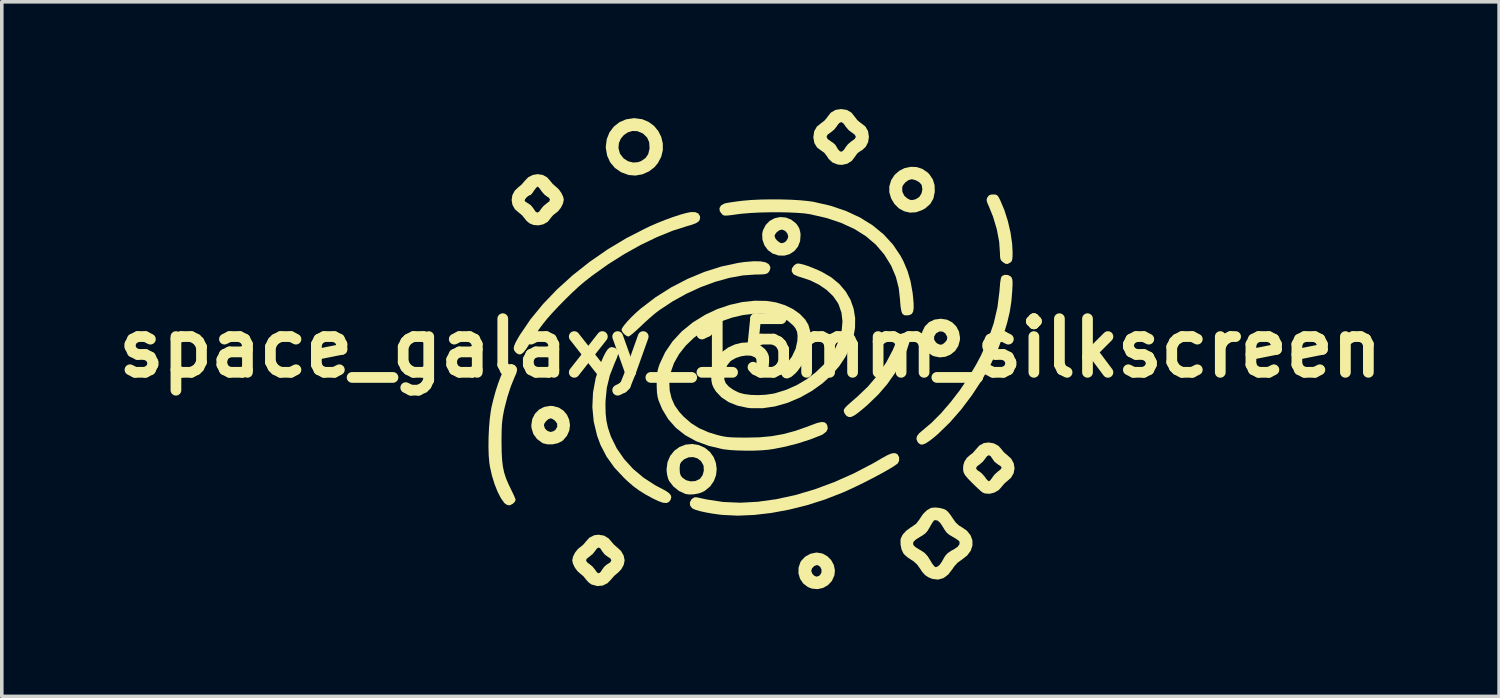
<source format=kicad_pcb>
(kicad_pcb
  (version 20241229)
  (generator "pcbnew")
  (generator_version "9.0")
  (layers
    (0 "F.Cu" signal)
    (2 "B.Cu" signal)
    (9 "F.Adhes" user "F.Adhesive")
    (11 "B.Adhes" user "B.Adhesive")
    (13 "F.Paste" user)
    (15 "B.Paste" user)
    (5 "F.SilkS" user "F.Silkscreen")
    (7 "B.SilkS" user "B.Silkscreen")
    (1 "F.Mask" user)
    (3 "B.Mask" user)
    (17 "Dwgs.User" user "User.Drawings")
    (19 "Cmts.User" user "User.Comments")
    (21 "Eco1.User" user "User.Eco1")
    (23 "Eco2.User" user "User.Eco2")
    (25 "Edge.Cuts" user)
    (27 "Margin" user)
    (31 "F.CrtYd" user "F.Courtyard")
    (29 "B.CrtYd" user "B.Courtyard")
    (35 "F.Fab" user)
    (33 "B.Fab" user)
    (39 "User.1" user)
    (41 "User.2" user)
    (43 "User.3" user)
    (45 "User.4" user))
  (footprint "space_galaxy_15mm_silkscreen"
    (layer "F.Cu")
    (at 17.943 6.687)
    (property "Reference" "space_galaxy_15mm_silkscreen" (at 0 0 0) (layer "F.SilkS") (effects (font (size 1.5 1.5) (thickness 0.3))))
    (attr board_only exclude_from_pos_files exclude_from_bom)
    (fp_poly (pts (xy 6.857 -4.294) (xy 6.9 -4.276) (xy 6.937 -4.231) (xy 6.982 -4.146) (xy 6.987 -4.136) (xy 7.104 -3.858) (xy 7.202 -3.549) (xy 7.276 -3.228) (xy 7.321 -2.916) (xy 7.333 -2.682) (xy 7.331 -2.559) (xy 7.324 -2.482) (xy 7.309 -2.434) (xy 7.282 -2.403) (xy 7.267 -2.392) (xy 7.197 -2.354) (xy 7.138 -2.356) (xy 7.066 -2.401) (xy 7.058 -2.407) (xy 7.013 -2.45) (xy 6.99 -2.5) (xy 6.981 -2.579) (xy 6.981 -2.64) (xy 6.958 -2.971) (xy 6.892 -3.321) (xy 6.787 -3.673) (xy 6.679 -3.941) (xy 6.633 -4.045) (xy 6.61 -4.113) (xy 6.607 -4.16) (xy 6.622 -4.202) (xy 6.631 -4.219) (xy 6.673 -4.272) (xy 6.733 -4.294) (xy 6.791 -4.297)) (stroke (width 0) (type solid)) (fill yes) (layer "F.SilkS"))
    (fp_poly (pts (xy 4.377 -0.394) (xy 4.433 -0.344) (xy 4.453 -0.257) (xy 4.437 -0.133) (xy 4.383 0.033) (xy 4.293 0.24) (xy 4.237 0.354) (xy 4.046 0.696) (xy 3.828 1.007) (xy 3.576 1.3) (xy 3.279 1.586) (xy 3.141 1.705) (xy 3.003 1.816) (xy 2.898 1.889) (xy 2.818 1.926) (xy 2.755 1.93) (xy 2.701 1.905) (xy 2.669 1.877) (xy 2.625 1.813) (xy 2.61 1.758) (xy 2.614 1.728) (xy 2.629 1.696) (xy 2.661 1.655) (xy 2.717 1.599) (xy 2.803 1.522) (xy 2.925 1.416) (xy 2.984 1.365) (xy 3.288 1.075) (xy 3.561 0.751) (xy 3.796 0.406) (xy 3.983 0.051) (xy 4.032 -0.065) (xy 4.09 -0.208) (xy 4.134 -0.305) (xy 4.171 -0.365) (xy 4.206 -0.397) (xy 4.246 -0.409) (xy 4.284 -0.411)) (stroke (width 0) (type solid)) (fill yes) (layer "F.SilkS"))
    (fp_poly (pts (xy 2.011 5.746) (xy 2.147 5.82) (xy 2.257 5.929) (xy 2.332 6.066) (xy 2.363 6.217) (xy 2.348 6.358) (xy 2.28 6.511) (xy 2.172 6.629) (xy 2.035 6.708) (xy 1.882 6.743) (xy 1.722 6.73) (xy 1.606 6.685) (xy 1.477 6.587) (xy 1.388 6.455) (xy 1.343 6.304) (xy 1.344 6.228) (xy 1.701 6.228) (xy 1.724 6.303) (xy 1.779 6.365) (xy 1.846 6.394) (xy 1.85 6.394) (xy 1.913 6.374) (xy 1.948 6.348) (xy 1.987 6.276) (xy 1.987 6.194) (xy 1.952 6.121) (xy 1.891 6.077) (xy 1.855 6.071) (xy 1.786 6.096) (xy 1.727 6.155) (xy 1.701 6.226) (xy 1.701 6.228) (xy 1.344 6.228) (xy 1.345 6.145) (xy 1.396 5.992) (xy 1.42 5.952) (xy 1.531 5.835) (xy 1.675 5.755) (xy 1.836 5.721) (xy 1.856 5.72)) (stroke (width 0) (type solid)) (fill yes) (layer "F.SilkS"))
    (fp_poly (pts (xy 5.496 -0.795) (xy 5.643 -0.72) (xy 5.758 -0.606) (xy 5.833 -0.461) (xy 5.862 -0.293) (xy 5.858 -0.216) (xy 5.813 -0.055) (xy 5.724 0.08) (xy 5.6 0.181) (xy 5.453 0.243) (xy 5.292 0.261) (xy 5.129 0.227) (xy 5.104 0.218) (xy 4.955 0.123) (xy 4.849 -0.008) (xy 4.791 -0.169) (xy 4.781 -0.276) (xy 4.788 -0.323) (xy 5.138 -0.323) (xy 5.139 -0.233) (xy 5.192 -0.154) (xy 5.235 -0.123) (xy 5.311 -0.093) (xy 5.375 -0.106) (xy 5.445 -0.163) (xy 5.496 -0.23) (xy 5.505 -0.295) (xy 5.501 -0.317) (xy 5.454 -0.409) (xy 5.379 -0.46) (xy 5.29 -0.466) (xy 5.203 -0.421) (xy 5.191 -0.411) (xy 5.138 -0.323) (xy 4.788 -0.323) (xy 4.806 -0.457) (xy 4.879 -0.608) (xy 4.994 -0.723) (xy 5.144 -0.796) (xy 5.324 -0.821)) (stroke (width 0) (type solid)) (fill yes) (layer "F.SilkS"))
    (fp_poly (pts (xy 0.985 -3.653) (xy 1.135 -3.596) (xy 1.268 -3.493) (xy 1.309 -3.444) (xy 1.366 -3.348) (xy 1.395 -3.235) (xy 1.402 -3.17) (xy 1.389 -2.992) (xy 1.33 -2.839) (xy 1.231 -2.717) (xy 1.103 -2.631) (xy 0.952 -2.586) (xy 0.788 -2.589) (xy 0.621 -2.644) (xy 0.488 -2.741) (xy 0.391 -2.874) (xy 0.336 -3.029) (xy 0.331 -3.132) (xy 0.675 -3.132) (xy 0.698 -3.066) (xy 0.756 -2.998) (xy 0.827 -2.947) (xy 0.879 -2.933) (xy 0.944 -2.953) (xy 0.997 -2.992) (xy 1.042 -3.062) (xy 1.056 -3.124) (xy 1.031 -3.208) (xy 0.97 -3.278) (xy 0.891 -3.313) (xy 0.874 -3.314) (xy 0.801 -3.292) (xy 0.731 -3.237) (xy 0.683 -3.17) (xy 0.675 -3.132) (xy 0.331 -3.132) (xy 0.328 -3.194) (xy 0.35 -3.294) (xy 0.428 -3.446) (xy 0.54 -3.56) (xy 0.678 -3.633) (xy 0.829 -3.665)) (stroke (width 0) (type solid)) (fill yes) (layer "F.SilkS"))
    (fp_poly (pts (xy -5.525 1.621) (xy -5.361 1.665) (xy -5.23 1.75) (xy -5.132 1.867) (xy -5.071 2.005) (xy -5.048 2.155) (xy -5.068 2.308) (xy -5.132 2.452) (xy -5.242 2.58) (xy -5.268 2.6) (xy -5.384 2.66) (xy -5.527 2.692) (xy -5.673 2.694) (xy -5.799 2.665) (xy -5.822 2.654) (xy -5.972 2.543) (xy -6.074 2.402) (xy -6.125 2.235) (xy -6.13 2.158) (xy -5.778 2.158) (xy -5.752 2.244) (xy -5.687 2.313) (xy -5.601 2.346) (xy -5.587 2.346) (xy -5.512 2.326) (xy -5.455 2.288) (xy -5.404 2.202) (xy -5.408 2.113) (xy -5.467 2.032) (xy -5.474 2.026) (xy -5.537 1.984) (xy -5.586 1.965) (xy -5.587 1.965) (xy -5.653 1.989) (xy -5.72 2.046) (xy -5.767 2.115) (xy -5.778 2.158) (xy -6.13 2.158) (xy -6.13 2.156) (xy -6.103 1.984) (xy -6.029 1.837) (xy -5.915 1.722) (xy -5.77 1.646) (xy -5.602 1.617)) (stroke (width 0) (type solid)) (fill yes) (layer "F.SilkS"))
    (fp_poly (pts (xy 7.194 -2.046) (xy 7.274 -2.009) (xy 7.288 -1.995) (xy 7.311 -1.963) (xy 7.325 -1.92) (xy 7.332 -1.856) (xy 7.331 -1.757) (xy 7.324 -1.612) (xy 7.324 -1.606) (xy 7.299 -1.303) (xy 7.254 -1.016) (xy 7.185 -0.723) (xy 7.096 -0.425) (xy 6.932 0.011) (xy 6.722 0.454) (xy 6.475 0.893) (xy 6.197 1.317) (xy 5.895 1.718) (xy 5.576 2.083) (xy 5.247 2.402) (xy 5.163 2.475) (xy 5.018 2.59) (xy 4.906 2.664) (xy 4.819 2.699) (xy 4.753 2.695) (xy 4.699 2.656) (xy 4.676 2.625) (xy 4.643 2.545) (xy 4.656 2.467) (xy 4.719 2.384) (xy 4.815 2.302) (xy 5.072 2.084) (xy 5.336 1.818) (xy 5.599 1.513) (xy 5.855 1.181) (xy 6.094 0.828) (xy 6.311 0.466) (xy 6.449 0.205) (xy 6.654 -0.254) (xy 6.807 -0.701) (xy 6.91 -1.146) (xy 6.967 -1.599) (xy 6.971 -1.658) (xy 6.986 -1.834) (xy 7.005 -1.951) (xy 7.03 -2.01) (xy 7.031 -2.012) (xy 7.104 -2.048)) (stroke (width 0) (type solid)) (fill yes) (layer "F.SilkS"))
    (fp_poly (pts (xy 0.272 -2.427) (xy 0.415 -2.402) (xy 0.507 -2.353) (xy 0.552 -2.281) (xy 0.557 -2.239) (xy 0.537 -2.166) (xy 0.501 -2.114) (xy 0.467 -2.088) (xy 0.42 -2.072) (xy 0.346 -2.062) (xy 0.234 -2.058) (xy 0.138 -2.057) (xy -0.217 -2.032) (xy -0.597 -1.962) (xy -0.991 -1.852) (xy -1.392 -1.704) (xy -1.789 -1.521) (xy -2.173 -1.309) (xy -2.535 -1.07) (xy -2.62 -1.007) (xy -2.713 -0.932) (xy -2.832 -0.829) (xy -2.962 -0.711) (xy -3.083 -0.596) (xy -3.191 -0.495) (xy -3.287 -0.411) (xy -3.363 -0.351) (xy -3.409 -0.324) (xy -3.414 -0.323) (xy -3.468 -0.342) (xy -3.531 -0.39) (xy -3.536 -0.395) (xy -3.585 -0.455) (xy -3.607 -0.505) (xy -3.608 -0.509) (xy -3.586 -0.563) (xy -3.527 -0.647) (xy -3.438 -0.752) (xy -3.325 -0.87) (xy -3.197 -0.993) (xy -3.067 -1.107) (xy -2.66 -1.418) (xy -2.222 -1.695) (xy -1.762 -1.934) (xy -1.289 -2.131) (xy -0.812 -2.282) (xy -0.341 -2.383) (xy -0.167 -2.408) (xy 0.079 -2.428)) (stroke (width 0) (type solid)) (fill yes) (layer "F.SilkS"))
    (fp_poly (pts (xy 4.642 -5.065) (xy 4.804 -5.014) (xy 4.952 -4.916) (xy 5.005 -4.861) (xy 5.102 -4.718) (xy 5.151 -4.558) (xy 5.156 -4.368) (xy 5.156 -4.367) (xy 5.118 -4.184) (xy 5.032 -4.034) (xy 4.895 -3.912) (xy 4.812 -3.864) (xy 4.634 -3.799) (xy 4.461 -3.789) (xy 4.3 -3.827) (xy 4.151 -3.909) (xy 4.027 -4.033) (xy 3.936 -4.186) (xy 3.885 -4.354) (xy 3.884 -4.498) (xy 4.245 -4.498) (xy 4.249 -4.374) (xy 4.303 -4.262) (xy 4.381 -4.192) (xy 4.457 -4.15) (xy 4.516 -4.139) (xy 4.588 -4.154) (xy 4.631 -4.168) (xy 4.723 -4.228) (xy 4.785 -4.325) (xy 4.81 -4.438) (xy 4.792 -4.551) (xy 4.78 -4.577) (xy 4.72 -4.641) (xy 4.627 -4.694) (xy 4.528 -4.721) (xy 4.506 -4.722) (xy 4.421 -4.698) (xy 4.335 -4.637) (xy 4.269 -4.557) (xy 4.245 -4.498) (xy 3.884 -4.498) (xy 3.884 -4.522) (xy 3.884 -4.524) (xy 3.938 -4.7) (xy 4.034 -4.846) (xy 4.161 -4.958) (xy 4.311 -5.034) (xy 4.475 -5.07)) (stroke (width 0) (type solid)) (fill yes) (layer "F.SilkS"))
    (fp_poly (pts (xy 4.096 2.96) (xy 4.119 2.979) (xy 4.158 3.053) (xy 4.16 3.143) (xy 4.126 3.22) (xy 4.114 3.232) (xy 4.035 3.29) (xy 3.913 3.366) (xy 3.754 3.458) (xy 3.569 3.559) (xy 3.365 3.666) (xy 3.153 3.774) (xy 2.94 3.878) (xy 2.736 3.973) (xy 2.566 4.048) (xy 2.08 4.237) (xy 1.582 4.395) (xy 1.082 4.52) (xy 0.587 4.612) (xy 0.108 4.668) (xy -0.348 4.688) (xy -0.772 4.668) (xy -0.836 4.662) (xy -1.041 4.634) (xy -1.231 4.601) (xy -1.397 4.565) (xy -1.527 4.528) (xy -1.613 4.492) (xy -1.629 4.482) (xy -1.689 4.403) (xy -1.695 4.314) (xy -1.646 4.227) (xy -1.639 4.221) (xy -1.566 4.175) (xy -1.5 4.175) (xy -1.433 4.19) (xy -1.33 4.212) (xy -1.214 4.237) (xy -1.211 4.237) (xy -0.764 4.305) (xy -0.289 4.326) (xy 0.209 4.299) (xy 0.726 4.227) (xy 1.258 4.111) (xy 1.799 3.951) (xy 2.346 3.748) (xy 2.893 3.505) (xy 3.436 3.221) (xy 3.685 3.076) (xy 3.834 2.994) (xy 3.947 2.948) (xy 4.032 2.937)) (stroke (width 0) (type solid)) (fill yes) (layer "F.SilkS"))
    (fp_poly (pts (xy -3.028 -6.402) (xy -2.848 -6.327) (xy -2.696 -6.214) (xy -2.578 -6.071) (xy -2.495 -5.905) (xy -2.452 -5.725) (xy -2.451 -5.538) (xy -2.495 -5.353) (xy -2.588 -5.176) (xy -2.685 -5.06) (xy -2.842 -4.94) (xy -3.025 -4.86) (xy -3.219 -4.826) (xy -3.407 -4.841) (xy -3.41 -4.842) (xy -3.618 -4.919) (xy -3.791 -5.038) (xy -3.923 -5.195) (xy -4.009 -5.382) (xy -4.046 -5.594) (xy -4.046 -5.597) (xy -3.692 -5.597) (xy -3.656 -5.455) (xy -3.641 -5.426) (xy -3.549 -5.307) (xy -3.424 -5.227) (xy -3.283 -5.19) (xy -3.139 -5.201) (xy -3.056 -5.233) (xy -2.933 -5.318) (xy -2.859 -5.427) (xy -2.825 -5.571) (xy -2.823 -5.595) (xy -2.833 -5.758) (xy -2.89 -5.888) (xy -2.996 -5.992) (xy -3.028 -6.013) (xy -3.166 -6.068) (xy -3.303 -6.073) (xy -3.431 -6.034) (xy -3.542 -5.959) (xy -3.627 -5.857) (xy -3.68 -5.733) (xy -3.692 -5.597) (xy -4.046 -5.597) (xy -4.047 -5.631) (xy -4.02 -5.844) (xy -3.944 -6.034) (xy -3.824 -6.193) (xy -3.668 -6.317) (xy -3.481 -6.398) (xy -3.271 -6.43) (xy -3.236 -6.43)) (stroke (width 0) (type solid)) (fill yes) (layer "F.SilkS"))
    (fp_poly (pts (xy -1.453 2.711) (xy -1.274 2.79) (xy -1.133 2.906) (xy -1.03 3.049) (xy -0.967 3.211) (xy -0.944 3.382) (xy -0.962 3.555) (xy -1.023 3.72) (xy -1.126 3.868) (xy -1.272 3.99) (xy -1.331 4.023) (xy -1.447 4.066) (xy -1.585 4.091) (xy -1.72 4.096) (xy -1.819 4.081) (xy -2.002 3.995) (xy -2.156 3.872) (xy -2.271 3.722) (xy -2.301 3.66) (xy -2.327 3.565) (xy -2.344 3.448) (xy -2.346 3.388) (xy -2.346 3.383) (xy -1.98 3.383) (xy -1.974 3.489) (xy -1.952 3.561) (xy -1.908 3.621) (xy -1.801 3.696) (xy -1.673 3.729) (xy -1.542 3.72) (xy -1.427 3.667) (xy -1.405 3.649) (xy -1.337 3.552) (xy -1.304 3.428) (xy -1.311 3.3) (xy -1.318 3.275) (xy -1.383 3.162) (xy -1.483 3.085) (xy -1.603 3.049) (xy -1.73 3.056) (xy -1.85 3.109) (xy -1.884 3.136) (xy -1.941 3.193) (xy -1.969 3.248) (xy -1.979 3.326) (xy -1.98 3.383) (xy -2.346 3.383) (xy -2.32 3.19) (xy -2.246 3.017) (xy -2.132 2.874) (xy -1.986 2.767) (xy -1.815 2.701) (xy -1.628 2.683)) (stroke (width 0) (type solid)) (fill yes) (layer "F.SilkS"))
    (fp_poly (pts (xy -3.786 -0.005) (xy -3.72 0.057) (xy -3.696 0.137) (xy -3.708 0.191) (xy -3.739 0.28) (xy -3.785 0.389) (xy -3.801 0.425) (xy -3.935 0.767) (xy -4.018 1.112) (xy -4.054 1.476) (xy -4.056 1.584) (xy -4.051 1.825) (xy -4.029 2.03) (xy -3.988 2.222) (xy -3.922 2.422) (xy -3.895 2.493) (xy -3.74 2.807) (xy -3.534 3.105) (xy -3.283 3.38) (xy -2.992 3.625) (xy -2.668 3.835) (xy -2.534 3.906) (xy -2.384 3.985) (xy -2.285 4.052) (xy -2.23 4.113) (xy -2.214 4.173) (xy -2.233 4.24) (xy -2.234 4.244) (xy -2.282 4.307) (xy -2.351 4.335) (xy -2.449 4.326) (xy -2.579 4.28) (xy -2.742 4.201) (xy -2.948 4.088) (xy -3.117 3.982) (xy -3.27 3.869) (xy -3.426 3.735) (xy -3.539 3.629) (xy -3.809 3.339) (xy -4.026 3.035) (xy -4.194 2.711) (xy -4.291 2.448) (xy -4.385 2.053) (xy -4.423 1.649) (xy -4.404 1.242) (xy -4.329 0.837) (xy -4.199 0.439) (xy -4.189 0.416) (xy -4.112 0.239) (xy -4.047 0.113) (xy -3.989 0.03) (xy -3.934 -0.015) (xy -3.878 -0.029) (xy -3.876 -0.029)) (stroke (width 0) (type solid)) (fill yes) (layer "F.SilkS"))
    (fp_poly (pts (xy -6.59 0.481) (xy -6.539 0.547) (xy -6.528 0.603) (xy -6.539 0.671) (xy -6.577 0.766) (xy -6.587 0.788) (xy -6.699 1.061) (xy -6.8 1.37) (xy -6.883 1.692) (xy -6.9 1.774) (xy -6.925 1.906) (xy -6.942 2.031) (xy -6.954 2.161) (xy -6.96 2.31) (xy -6.963 2.495) (xy -6.963 2.654) (xy -6.959 2.917) (xy -6.947 3.133) (xy -6.925 3.318) (xy -6.89 3.482) (xy -6.839 3.64) (xy -6.77 3.804) (xy -6.702 3.945) (xy -6.646 4.06) (xy -6.601 4.158) (xy -6.575 4.225) (xy -6.569 4.246) (xy -6.595 4.304) (xy -6.654 4.36) (xy -6.726 4.395) (xy -6.756 4.4) (xy -6.824 4.379) (xy -6.884 4.334) (xy -6.98 4.2) (xy -7.073 4.02) (xy -7.158 3.806) (xy -7.23 3.573) (xy -7.285 3.331) (xy -7.305 3.205) (xy -7.322 3.005) (xy -7.329 2.765) (xy -7.326 2.503) (xy -7.314 2.238) (xy -7.293 1.986) (xy -7.264 1.765) (xy -7.246 1.663) (xy -7.19 1.428) (xy -7.127 1.201) (xy -7.059 0.992) (xy -6.99 0.806) (xy -6.922 0.652) (xy -6.858 0.538) (xy -6.801 0.469) (xy -6.776 0.455) (xy -6.675 0.446)) (stroke (width 0) (type solid)) (fill yes) (layer "F.SilkS"))
    (fp_poly (pts (xy -1.541 -3.802) (xy -1.455 -3.762) (xy -1.412 -3.689) (xy -1.408 -3.653) (xy -1.419 -3.587) (xy -1.458 -3.534) (xy -1.534 -3.489) (xy -1.654 -3.445) (xy -1.751 -3.418) (xy -2.171 -3.285) (xy -2.612 -3.106) (xy -3.067 -2.887) (xy -3.525 -2.632) (xy -3.98 -2.345) (xy -4.421 -2.031) (xy -4.634 -1.865) (xy -4.791 -1.732) (xy -4.971 -1.566) (xy -5.163 -1.379) (xy -5.356 -1.183) (xy -5.537 -0.99) (xy -5.695 -0.811) (xy -5.805 -0.675) (xy -5.912 -0.53) (xy -6.025 -0.367) (xy -6.127 -0.21) (xy -6.177 -0.128) (xy -6.27 0.021) (xy -6.348 0.12) (xy -6.414 0.171) (xy -6.476 0.178) (xy -6.539 0.146) (xy -6.57 0.117) (xy -6.609 0.067) (xy -6.623 0.01) (xy -6.61 -0.062) (xy -6.569 -0.159) (xy -6.496 -0.29) (xy -6.445 -0.375) (xy -6.151 -0.807) (xy -5.803 -1.231) (xy -5.408 -1.643) (xy -4.971 -2.039) (xy -4.498 -2.413) (xy -3.994 -2.761) (xy -3.465 -3.078) (xy -2.916 -3.359) (xy -2.816 -3.406) (xy -2.6 -3.5) (xy -2.379 -3.588) (xy -2.165 -3.666) (xy -1.967 -3.731) (xy -1.799 -3.778) (xy -1.671 -3.804) (xy -1.664 -3.805)) (stroke (width 0) (type solid)) (fill yes) (layer "F.SilkS"))
    (fp_poly (pts (xy 0.858 -4.158) (xy 1.138 -4.15) (xy 1.398 -4.134) (xy 1.622 -4.112) (xy 1.76 -4.092) (xy 2.235 -3.983) (xy 2.671 -3.836) (xy 3.066 -3.652) (xy 3.418 -3.433) (xy 3.726 -3.18) (xy 3.988 -2.894) (xy 4.202 -2.575) (xy 4.282 -2.422) (xy 4.396 -2.151) (xy 4.478 -1.87) (xy 4.534 -1.56) (xy 4.55 -1.42) (xy 4.565 -1.237) (xy 4.565 -1.103) (xy 4.548 -1.012) (xy 4.511 -0.955) (xy 4.453 -0.925) (xy 4.394 -0.915) (xy 4.313 -0.917) (xy 4.263 -0.947) (xy 4.243 -0.974) (xy 4.22 -1.041) (xy 4.2 -1.159) (xy 4.186 -1.318) (xy 4.185 -1.349) (xy 4.147 -1.685) (xy 4.068 -1.992) (xy 3.943 -2.288) (xy 3.928 -2.318) (xy 3.739 -2.623) (xy 3.507 -2.893) (xy 3.23 -3.129) (xy 2.908 -3.331) (xy 2.538 -3.501) (xy 2.121 -3.64) (xy 1.664 -3.745) (xy 1.501 -3.768) (xy 1.292 -3.784) (xy 1.05 -3.795) (xy 0.786 -3.8) (xy 0.512 -3.798) (xy 0.243 -3.791) (xy -0.011 -3.778) (xy -0.238 -3.759) (xy -0.361 -3.744) (xy -0.516 -3.722) (xy -0.624 -3.71) (xy -0.695 -3.705) (xy -0.74 -3.71) (xy -0.771 -3.723) (xy -0.793 -3.741) (xy -0.858 -3.828) (xy -0.867 -3.915) (xy -0.823 -3.99) (xy -0.728 -4.044) (xy -0.726 -4.044) (xy -0.663 -4.058) (xy -0.555 -4.077) (xy -0.415 -4.097) (xy -0.258 -4.117) (xy -0.205 -4.123) (xy 0.025 -4.143) (xy 0.287 -4.155) (xy 0.57 -4.16)) (stroke (width 0) (type solid)) (fill yes) (layer "F.SilkS"))
    (fp_poly (pts (xy 6.807 2.665) (xy 6.936 2.733) (xy 7.029 2.837) (xy 7.031 2.841) (xy 7.088 2.912) (xy 7.166 2.98) (xy 7.177 2.987) (xy 7.295 3.095) (xy 7.365 3.224) (xy 7.388 3.364) (xy 7.362 3.502) (xy 7.288 3.629) (xy 7.188 3.717) (xy 7.108 3.785) (xy 7.041 3.862) (xy 7.035 3.872) (xy 6.945 3.973) (xy 6.825 4.042) (xy 6.693 4.076) (xy 6.565 4.069) (xy 6.497 4.042) (xy 6.453 4.009) (xy 6.38 3.943) (xy 6.287 3.855) (xy 6.196 3.766) (xy 6.087 3.654) (xy 6.015 3.57) (xy 5.972 3.5) (xy 5.952 3.433) (xy 5.95 3.37) (xy 6.312 3.37) (xy 6.35 3.42) (xy 6.394 3.446) (xy 6.465 3.5) (xy 6.538 3.579) (xy 6.559 3.608) (xy 6.611 3.677) (xy 6.656 3.719) (xy 6.671 3.725) (xy 6.706 3.702) (xy 6.751 3.644) (xy 6.763 3.624) (xy 6.828 3.538) (xy 6.911 3.462) (xy 6.92 3.455) (xy 7 3.392) (xy 7.027 3.344) (xy 7 3.302) (xy 6.936 3.264) (xy 6.829 3.183) (xy 6.772 3.102) (xy 6.717 3.021) (xy 6.665 2.997) (xy 6.61 3.032) (xy 6.567 3.093) (xy 6.499 3.179) (xy 6.414 3.252) (xy 6.406 3.257) (xy 6.33 3.317) (xy 6.312 3.37) (xy 5.95 3.37) (xy 5.949 3.354) (xy 5.953 3.285) (xy 5.985 3.177) (xy 6.053 3.072) (xy 6.139 2.995) (xy 6.147 2.99) (xy 6.216 2.938) (xy 6.283 2.863) (xy 6.293 2.849) (xy 6.402 2.727) (xy 6.528 2.658) (xy 6.658 2.64)) (stroke (width 0) (type solid)) (fill yes) (layer "F.SilkS"))
    (fp_poly (pts (xy -4.097 5.246) (xy -3.969 5.323) (xy -3.892 5.411) (xy -3.819 5.497) (xy -3.733 5.573) (xy -3.722 5.58) (xy -3.62 5.677) (xy -3.548 5.802) (xy -3.52 5.933) (xy -3.52 5.94) (xy -3.545 6.064) (xy -3.612 6.187) (xy -3.709 6.288) (xy -3.725 6.299) (xy -3.809 6.37) (xy -3.884 6.456) (xy -3.892 6.467) (xy -4.001 6.579) (xy -4.135 6.644) (xy -4.285 6.657) (xy -4.437 6.616) (xy -4.451 6.61) (xy -4.532 6.552) (xy -4.601 6.473) (xy -4.606 6.465) (xy -4.674 6.382) (xy -4.759 6.311) (xy -4.766 6.306) (xy -4.842 6.237) (xy -4.914 6.138) (xy -4.966 6.03) (xy -4.984 5.946) (xy -4.599 5.946) (xy -4.56 6.001) (xy -4.505 6.041) (xy -4.42 6.11) (xy -4.349 6.196) (xy -4.344 6.204) (xy -4.288 6.281) (xy -4.238 6.3) (xy -4.189 6.261) (xy -4.151 6.201) (xy -4.095 6.122) (xy -4.029 6.063) (xy -4.018 6.056) (xy -3.925 5.997) (xy -3.891 5.943) (xy -3.914 5.889) (xy -3.995 5.834) (xy -4.005 5.828) (xy -4.079 5.771) (xy -4.144 5.691) (xy -4.151 5.678) (xy -4.204 5.599) (xy -4.253 5.579) (xy -4.304 5.616) (xy -4.344 5.674) (xy -4.411 5.758) (xy -4.497 5.829) (xy -4.504 5.834) (xy -4.58 5.892) (xy -4.599 5.946) (xy -4.984 5.946) (xy -4.986 5.937) (xy -4.962 5.831) (xy -4.904 5.717) (xy -4.825 5.619) (xy -4.771 5.576) (xy -4.687 5.509) (xy -4.616 5.429) (xy -4.608 5.417) (xy -4.505 5.303) (xy -4.371 5.236) (xy -4.254 5.221)) (stroke (width 0) (type solid)) (fill yes) (layer "F.SilkS"))
    (fp_poly (pts (xy 2.696 -6.662) (xy 2.826 -6.586) (xy 2.925 -6.461) (xy 2.991 -6.375) (xy 3.076 -6.304) (xy 3.093 -6.294) (xy 3.215 -6.198) (xy 3.289 -6.069) (xy 3.314 -5.908) (xy 3.314 -5.906) (xy 3.291 -5.758) (xy 3.225 -5.631) (xy 3.126 -5.538) (xy 3.08 -5.514) (xy 2.994 -5.452) (xy 2.931 -5.364) (xy 2.837 -5.239) (xy 2.709 -5.157) (xy 2.559 -5.124) (xy 2.442 -5.134) (xy 2.296 -5.191) (xy 2.186 -5.293) (xy 2.144 -5.361) (xy 2.063 -5.466) (xy 1.982 -5.522) (xy 1.865 -5.608) (xy 1.789 -5.733) (xy 1.76 -5.889) (xy 1.76 -5.907) (xy 1.76 -5.907) (xy 2.129 -5.907) (xy 2.161 -5.846) (xy 2.241 -5.789) (xy 2.318 -5.737) (xy 2.374 -5.686) (xy 2.384 -5.671) (xy 2.451 -5.558) (xy 2.508 -5.5) (xy 2.561 -5.497) (xy 2.615 -5.546) (xy 2.658 -5.613) (xy 2.727 -5.702) (xy 2.816 -5.778) (xy 2.834 -5.79) (xy 2.914 -5.848) (xy 2.947 -5.904) (xy 2.948 -5.91) (xy 2.921 -5.965) (xy 2.846 -6.024) (xy 2.834 -6.03) (xy 2.745 -6.099) (xy 2.669 -6.189) (xy 2.657 -6.207) (xy 2.599 -6.287) (xy 2.543 -6.32) (xy 2.537 -6.321) (xy 2.482 -6.294) (xy 2.423 -6.219) (xy 2.417 -6.207) (xy 2.348 -6.118) (xy 2.258 -6.042) (xy 2.24 -6.03) (xy 2.155 -5.968) (xy 2.129 -5.907) (xy 1.76 -5.907) (xy 1.784 -6.067) (xy 1.859 -6.197) (xy 1.984 -6.297) (xy 1.986 -6.298) (xy 2.072 -6.364) (xy 2.143 -6.449) (xy 2.153 -6.466) (xy 2.249 -6.587) (xy 2.378 -6.662) (xy 2.537 -6.687)) (stroke (width 0) (type solid)) (fill yes) (layer "F.SilkS"))
    (fp_poly (pts (xy -5.814 -4.844) (xy -5.693 -4.78) (xy -5.602 -4.679) (xy -5.537 -4.598) (xy -5.454 -4.523) (xy -5.44 -4.513) (xy -5.359 -4.438) (xy -5.287 -4.335) (xy -5.237 -4.228) (xy -5.221 -4.148) (xy -5.245 -4.041) (xy -5.303 -3.926) (xy -5.382 -3.826) (xy -5.44 -3.78) (xy -5.52 -3.718) (xy -5.583 -3.645) (xy -5.59 -3.632) (xy -5.673 -3.531) (xy -5.791 -3.463) (xy -5.927 -3.433) (xy -6.067 -3.443) (xy -6.178 -3.488) (xy -6.259 -3.554) (xy -6.324 -3.635) (xy -6.325 -3.636) (xy -6.39 -3.716) (xy -6.471 -3.782) (xy -6.472 -3.783) (xy -6.587 -3.881) (xy -6.657 -4.004) (xy -6.678 -4.124) (xy -6.318 -4.124) (xy -6.317 -4.123) (xy -6.281 -4.084) (xy -6.216 -4.047) (xy -6.146 -3.998) (xy -6.08 -3.92) (xy -6.066 -3.897) (xy -6.009 -3.815) (xy -5.959 -3.789) (xy -5.908 -3.82) (xy -5.863 -3.884) (xy -5.795 -3.969) (xy -5.71 -4.04) (xy -5.703 -4.045) (xy -5.626 -4.104) (xy -5.608 -4.16) (xy -5.647 -4.212) (xy -5.69 -4.238) (xy -5.761 -4.292) (xy -5.832 -4.372) (xy -5.852 -4.4) (xy -5.901 -4.469) (xy -5.942 -4.511) (xy -5.954 -4.517) (xy -5.985 -4.494) (xy -6.032 -4.436) (xy -6.057 -4.4) (xy -6.105 -4.33) (xy -6.144 -4.288) (xy -6.156 -4.282) (xy -6.205 -4.263) (xy -6.26 -4.218) (xy -6.304 -4.166) (xy -6.318 -4.124) (xy -6.678 -4.124) (xy -6.681 -4.141) (xy -6.66 -4.279) (xy -6.592 -4.405) (xy -6.49 -4.501) (xy -6.403 -4.574) (xy -6.326 -4.662) (xy -6.32 -4.671) (xy -6.216 -4.779) (xy -6.089 -4.843) (xy -5.951 -4.865)) (stroke (width 0) (type solid)) (fill yes) (layer "F.SilkS"))
    (fp_poly (pts (xy 5.302 4.473) (xy 5.418 4.505) (xy 5.481 4.538) (xy 5.537 4.593) (xy 5.605 4.68) (xy 5.661 4.765) (xy 5.745 4.883) (xy 5.833 4.963) (xy 5.902 5.004) (xy 6.054 5.108) (xy 6.156 5.235) (xy 6.209 5.376) (xy 6.21 5.524) (xy 6.162 5.669) (xy 6.062 5.803) (xy 5.924 5.911) (xy 5.795 6.003) (xy 5.697 6.112) (xy 5.647 6.188) (xy 5.529 6.339) (xy 5.397 6.436) (xy 5.251 6.476) (xy 5.094 6.459) (xy 4.985 6.416) (xy 4.887 6.352) (xy 4.803 6.259) (xy 4.752 6.18) (xy 4.661 6.053) (xy 4.559 5.961) (xy 4.495 5.921) (xy 4.399 5.857) (xy 4.316 5.786) (xy 4.279 5.744) (xy 4.228 5.637) (xy 4.199 5.503) (xy 4.199 5.446) (xy 4.552 5.446) (xy 4.552 5.491) (xy 4.574 5.531) (xy 4.627 5.575) (xy 4.719 5.632) (xy 4.77 5.661) (xy 4.875 5.732) (xy 4.955 5.82) (xy 5.016 5.916) (xy 5.089 6.036) (xy 5.144 6.106) (xy 5.186 6.13) (xy 5.186 6.13) (xy 5.216 6.118) (xy 5.252 6.1) (xy 5.298 6.057) (xy 5.351 5.981) (xy 5.379 5.931) (xy 5.444 5.818) (xy 5.514 5.739) (xy 5.61 5.673) (xy 5.682 5.635) (xy 5.789 5.565) (xy 5.846 5.492) (xy 5.85 5.419) (xy 5.849 5.417) (xy 5.816 5.381) (xy 5.746 5.332) (xy 5.659 5.281) (xy 5.553 5.218) (xy 5.48 5.153) (xy 5.418 5.063) (xy 5.39 5.013) (xy 5.31 4.892) (xy 5.233 4.824) (xy 5.162 4.812) (xy 5.136 4.823) (xy 5.107 4.857) (xy 5.063 4.927) (xy 5.015 5.012) (xy 4.954 5.114) (xy 4.89 5.186) (xy 4.803 5.248) (xy 4.742 5.283) (xy 4.625 5.357) (xy 4.563 5.418) (xy 4.552 5.446) (xy 4.199 5.446) (xy 4.197 5.372) (xy 4.205 5.327) (xy 4.258 5.219) (xy 4.356 5.111) (xy 4.487 5.015) (xy 4.516 4.999) (xy 4.637 4.912) (xy 4.726 4.796) (xy 4.735 4.78) (xy 4.827 4.643) (xy 4.934 4.538) (xy 5.043 4.475) (xy 5.063 4.469) (xy 5.174 4.459)) (stroke (width 0) (type solid)) (fill yes) (layer "F.SilkS"))
    (fp_poly (pts (xy 1.376 -2.361) (xy 1.465 -2.34) (xy 1.499 -2.331) (xy 1.607 -2.296) (xy 1.745 -2.243) (xy 1.894 -2.18) (xy 1.984 -2.139) (xy 2.259 -1.98) (xy 2.487 -1.792) (xy 2.666 -1.58) (xy 2.8 -1.348) (xy 2.887 -1.099) (xy 2.929 -0.838) (xy 2.926 -0.569) (xy 2.88 -0.295) (xy 2.79 -0.022) (xy 2.657 0.247) (xy 2.483 0.508) (xy 2.268 0.756) (xy 2.012 0.989) (xy 1.716 1.2) (xy 1.398 1.379) (xy 1.041 1.531) (xy 0.685 1.633) (xy 0.338 1.683) (xy 0.005 1.681) (xy -0.083 1.671) (xy -0.366 1.61) (xy -0.61 1.512) (xy -0.811 1.378) (xy -0.968 1.211) (xy -1.033 1.106) (xy -1.073 1.01) (xy -1.093 0.902) (xy -1.097 0.777) (xy -1.068 0.552) (xy -0.984 0.345) (xy -0.845 0.16) (xy -0.784 0.101) (xy -0.619 -0.018) (xy -0.437 -0.101) (xy -0.246 -0.148) (xy -0.057 -0.159) (xy 0.121 -0.134) (xy 0.278 -0.073) (xy 0.404 0.025) (xy 0.463 0.104) (xy 0.5 0.178) (xy 0.519 0.251) (xy 0.522 0.345) (xy 0.518 0.424) (xy 0.508 0.537) (xy 0.492 0.61) (xy 0.463 0.66) (xy 0.426 0.696) (xy 0.346 0.745) (xy 0.283 0.745) (xy 0.208 0.715) (xy 0.167 0.674) (xy 0.153 0.605) (xy 0.159 0.495) (xy 0.161 0.481) (xy 0.169 0.379) (xy 0.166 0.319) (xy 0.147 0.281) (xy 0.113 0.252) (xy 0.015 0.215) (xy -0.115 0.208) (xy -0.259 0.229) (xy -0.402 0.275) (xy -0.526 0.343) (xy -0.567 0.376) (xy -0.649 0.479) (xy -0.706 0.61) (xy -0.734 0.75) (xy -0.73 0.881) (xy -0.692 0.982) (xy -0.603 1.079) (xy -0.473 1.172) (xy -0.323 1.246) (xy -0.176 1.286) (xy 0.01 1.31) (xy 0.218 1.316) (xy 0.431 1.305) (xy 0.631 1.276) (xy 0.683 1.265) (xy 1.002 1.167) (xy 1.3 1.034) (xy 1.575 0.871) (xy 1.823 0.681) (xy 2.042 0.47) (xy 2.227 0.242) (xy 2.376 0.001) (xy 2.486 -0.247) (xy 2.553 -0.498) (xy 2.574 -0.747) (xy 2.546 -0.99) (xy 2.466 -1.221) (xy 2.442 -1.267) (xy 2.312 -1.453) (xy 2.133 -1.625) (xy 1.916 -1.774) (xy 1.67 -1.895) (xy 1.427 -1.976) (xy 1.324 -2.008) (xy 1.237 -2.046) (xy 1.198 -2.072) (xy 1.154 -2.145) (xy 1.16 -2.229) (xy 1.216 -2.308) (xy 1.235 -2.324) (xy 1.279 -2.354) (xy 1.32 -2.366)) (stroke (width 0) (type solid)) (fill yes) (layer "F.SilkS"))
    (fp_poly (pts (xy 0.451 -1.319) (xy 0.714 -1.278) (xy 0.967 -1.199) (xy 1.193 -1.089) (xy 1.384 -0.953) (xy 1.533 -0.797) (xy 1.62 -0.651) (xy 1.675 -0.46) (xy 1.684 -0.245) (xy 1.651 -0.018) (xy 1.578 0.211) (xy 1.469 0.431) (xy 1.325 0.633) (xy 1.261 0.705) (xy 1.144 0.805) (xy 1.042 0.85) (xy 0.955 0.84) (xy 0.899 0.797) (xy 0.859 0.731) (xy 0.86 0.659) (xy 0.903 0.571) (xy 0.993 0.46) (xy 1.001 0.451) (xy 1.16 0.239) (xy 1.265 0.017) (xy 1.312 -0.204) (xy 1.318 -0.349) (xy 1.303 -0.458) (xy 1.261 -0.549) (xy 1.197 -0.632) (xy 1.044 -0.764) (xy 0.848 -0.863) (xy 0.618 -0.929) (xy 0.361 -0.961) (xy 0.083 -0.959) (xy -0.21 -0.923) (xy -0.509 -0.854) (xy -0.808 -0.75) (xy -0.995 -0.667) (xy -1.305 -0.492) (xy -1.577 -0.292) (xy -1.809 -0.07) (xy -1.997 0.169) (xy -2.139 0.42) (xy -2.231 0.68) (xy -2.271 0.943) (xy -2.258 1.193) (xy -2.205 1.412) (xy -2.118 1.605) (xy -1.988 1.789) (xy -1.865 1.922) (xy -1.658 2.102) (xy -1.431 2.244) (xy -1.17 2.357) (xy -0.946 2.426) (xy -0.836 2.454) (xy -0.739 2.474) (xy -0.642 2.488) (xy -0.53 2.497) (xy -0.392 2.502) (xy -0.214 2.504) (xy -0.117 2.505) (xy 0.256 2.496) (xy 0.595 2.464) (xy 0.919 2.406) (xy 1.245 2.319) (xy 1.593 2.198) (xy 1.711 2.152) (xy 1.867 2.095) (xy 1.981 2.069) (xy 2.062 2.073) (xy 2.116 2.108) (xy 2.147 2.157) (xy 2.163 2.252) (xy 2.122 2.338) (xy 2.026 2.413) (xy 1.973 2.439) (xy 1.667 2.558) (xy 1.33 2.666) (xy 0.983 2.756) (xy 0.65 2.822) (xy 0.499 2.844) (xy 0.311 2.86) (xy 0.091 2.869) (xy -0.143 2.87) (xy -0.373 2.864) (xy -0.582 2.851) (xy -0.753 2.831) (xy -0.777 2.827) (xy -1.172 2.734) (xy -1.522 2.604) (xy -1.826 2.436) (xy -2.086 2.231) (xy -2.3 1.989) (xy -2.469 1.709) (xy -2.57 1.467) (xy -2.598 1.363) (xy -2.615 1.245) (xy -2.622 1.095) (xy -2.623 0.983) (xy -2.619 0.825) (xy -2.61 0.706) (xy -2.592 0.606) (xy -2.562 0.505) (xy -2.54 0.445) (xy -2.386 0.116) (xy -2.179 -0.188) (xy -1.922 -0.466) (xy -1.616 -0.715) (xy -1.262 -0.934) (xy -1.261 -0.934) (xy -0.927 -1.091) (xy -0.578 -1.209) (xy -0.225 -1.288) (xy 0.121 -1.325)) (stroke (width 0) (type solid)) (fill yes) (layer "F.SilkS")))
  (gr_rect
    (start -3 -3)
    (end 38.886 16.431)
    (stroke (width 0.1) (type default))
    (fill no)
    (layer "Edge.Cuts")))
</source>
